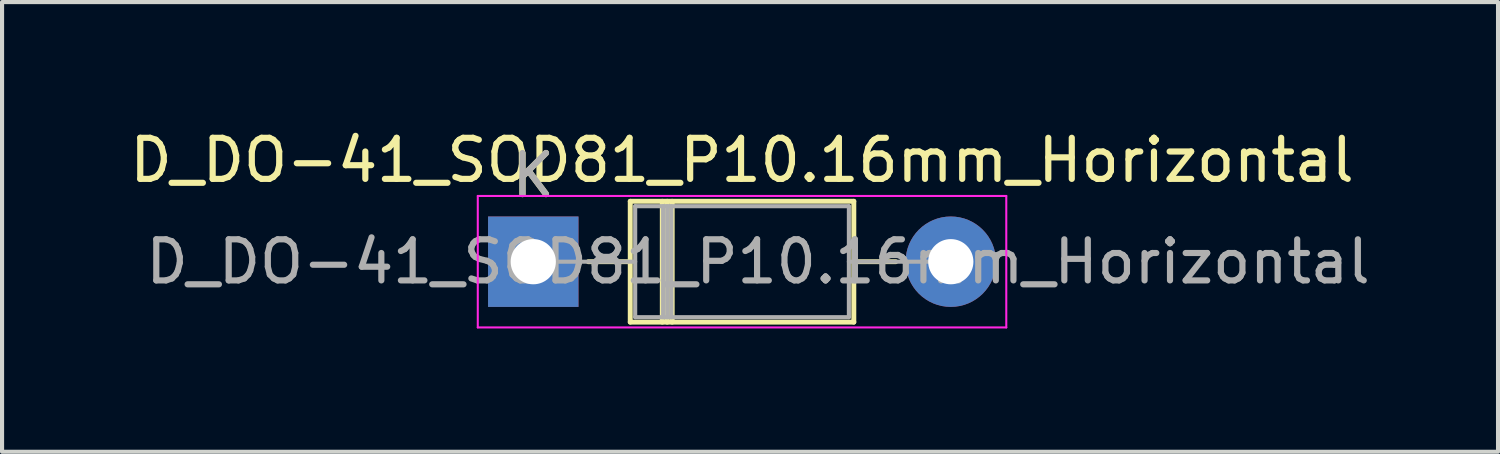
<source format=kicad_pcb>
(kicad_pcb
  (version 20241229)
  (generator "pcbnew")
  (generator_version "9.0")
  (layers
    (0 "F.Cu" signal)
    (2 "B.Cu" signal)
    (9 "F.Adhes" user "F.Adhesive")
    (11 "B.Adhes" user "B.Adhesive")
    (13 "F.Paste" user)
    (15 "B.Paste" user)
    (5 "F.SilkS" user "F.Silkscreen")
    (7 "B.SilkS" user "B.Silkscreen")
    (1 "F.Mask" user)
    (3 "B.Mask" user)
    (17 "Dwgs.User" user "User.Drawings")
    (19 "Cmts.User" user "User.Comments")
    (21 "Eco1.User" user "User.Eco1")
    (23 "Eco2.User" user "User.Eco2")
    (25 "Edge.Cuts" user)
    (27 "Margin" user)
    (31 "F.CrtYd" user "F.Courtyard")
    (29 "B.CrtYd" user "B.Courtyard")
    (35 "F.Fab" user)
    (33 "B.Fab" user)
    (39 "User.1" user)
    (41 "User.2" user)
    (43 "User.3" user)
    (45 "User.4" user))
  (footprint "D_DO-41_SOD81_P10.16mm_Horizontal"
    (layer "F.Cu")
    (at 9.926 3.318)
    (property "Reference" "D_DO-41_SOD81_P10.16mm_Horizontal" (at 5.08 -2.47 0) (layer "F.SilkS") (effects (font (size 1 1) (thickness 0.15))))
    (attr through_hole)
    (fp_line (start 1.34 0) (end 2.36 0) (stroke (width 0.12) (type solid)) (layer "F.SilkS"))
    (fp_line (start 2.36 -1.47) (end 2.36 1.47) (stroke (width 0.12) (type solid)) (layer "F.SilkS"))
    (fp_line (start 2.36 1.47) (end 7.8 1.47) (stroke (width 0.12) (type solid)) (layer "F.SilkS"))
    (fp_line (start 3.14 -1.47) (end 3.14 1.47) (stroke (width 0.12) (type solid)) (layer "F.SilkS"))
    (fp_line (start 3.26 -1.47) (end 3.26 1.47) (stroke (width 0.12) (type solid)) (layer "F.SilkS"))
    (fp_line (start 3.38 -1.47) (end 3.38 1.47) (stroke (width 0.12) (type solid)) (layer "F.SilkS"))
    (fp_line (start 7.8 -1.47) (end 2.36 -1.47) (stroke (width 0.12) (type solid)) (layer "F.SilkS"))
    (fp_line (start 7.8 1.47) (end 7.8 -1.47) (stroke (width 0.12) (type solid)) (layer "F.SilkS"))
    (fp_line (start 8.82 0) (end 7.8 0) (stroke (width 0.12) (type solid)) (layer "F.SilkS"))
    (fp_line (start -1.35 -1.6) (end -1.35 1.6) (stroke (width 0.05) (type solid)) (layer "F.CrtYd"))
    (fp_line (start -1.35 1.6) (end 11.51 1.6) (stroke (width 0.05) (type solid)) (layer "F.CrtYd"))
    (fp_line (start 11.51 -1.6) (end -1.35 -1.6) (stroke (width 0.05) (type solid)) (layer "F.CrtYd"))
    (fp_line (start 11.51 1.6) (end 11.51 -1.6) (stroke (width 0.05) (type solid)) (layer "F.CrtYd"))
    (fp_line (start 0 0) (end 2.48 0) (stroke (width 0.1) (type solid)) (layer "F.Fab"))
    (fp_line (start 2.48 -1.35) (end 2.48 1.35) (stroke (width 0.1) (type solid)) (layer "F.Fab"))
    (fp_line (start 2.48 1.35) (end 7.68 1.35) (stroke (width 0.1) (type solid)) (layer "F.Fab"))
    (fp_line (start 3.16 -1.35) (end 3.16 1.35) (stroke (width 0.1) (type solid)) (layer "F.Fab"))
    (fp_line (start 3.26 -1.35) (end 3.26 1.35) (stroke (width 0.1) (type solid)) (layer "F.Fab"))
    (fp_line (start 3.36 -1.35) (end 3.36 1.35) (stroke (width 0.1) (type solid)) (layer "F.Fab"))
    (fp_line (start 7.68 -1.35) (end 2.48 -1.35) (stroke (width 0.1) (type solid)) (layer "F.Fab"))
    (fp_line (start 7.68 1.35) (end 7.68 -1.35) (stroke (width 0.1) (type solid)) (layer "F.Fab"))
    (fp_line (start 10.16 0) (end 7.68 0) (stroke (width 0.1) (type solid)) (layer "F.Fab"))
    (fp_text user "K" (at 0 -2.1 0) (layer "F.SilkS") (effects (font (size 1 1) (thickness 0.15))))
    (fp_text user "${REFERENCE}" (at 5.47 0 0) (layer "F.Fab") (effects (font (size 1 1) (thickness 0.15))))
    (fp_text user "K" (at 0 -2.1 0) (layer "F.Fab") (effects (font (size 1 1) (thickness 0.15))))
    (pad "1" thru_hole rect (at 0 0) (size 2.2 2.2) (drill 1.1) (layers "*.Cu" "*.Mask"))
    (pad "2" thru_hole oval (at 10.16 0) (size 2.2 2.2) (drill 1.1) (layers "*.Cu" "*.Mask")))
  (gr_rect
    (start -3 -3)
    (end 33.402 7.943)
    (stroke (width 0.1) (type default))
    (fill no)
    (layer "Edge.Cuts")))
</source>
